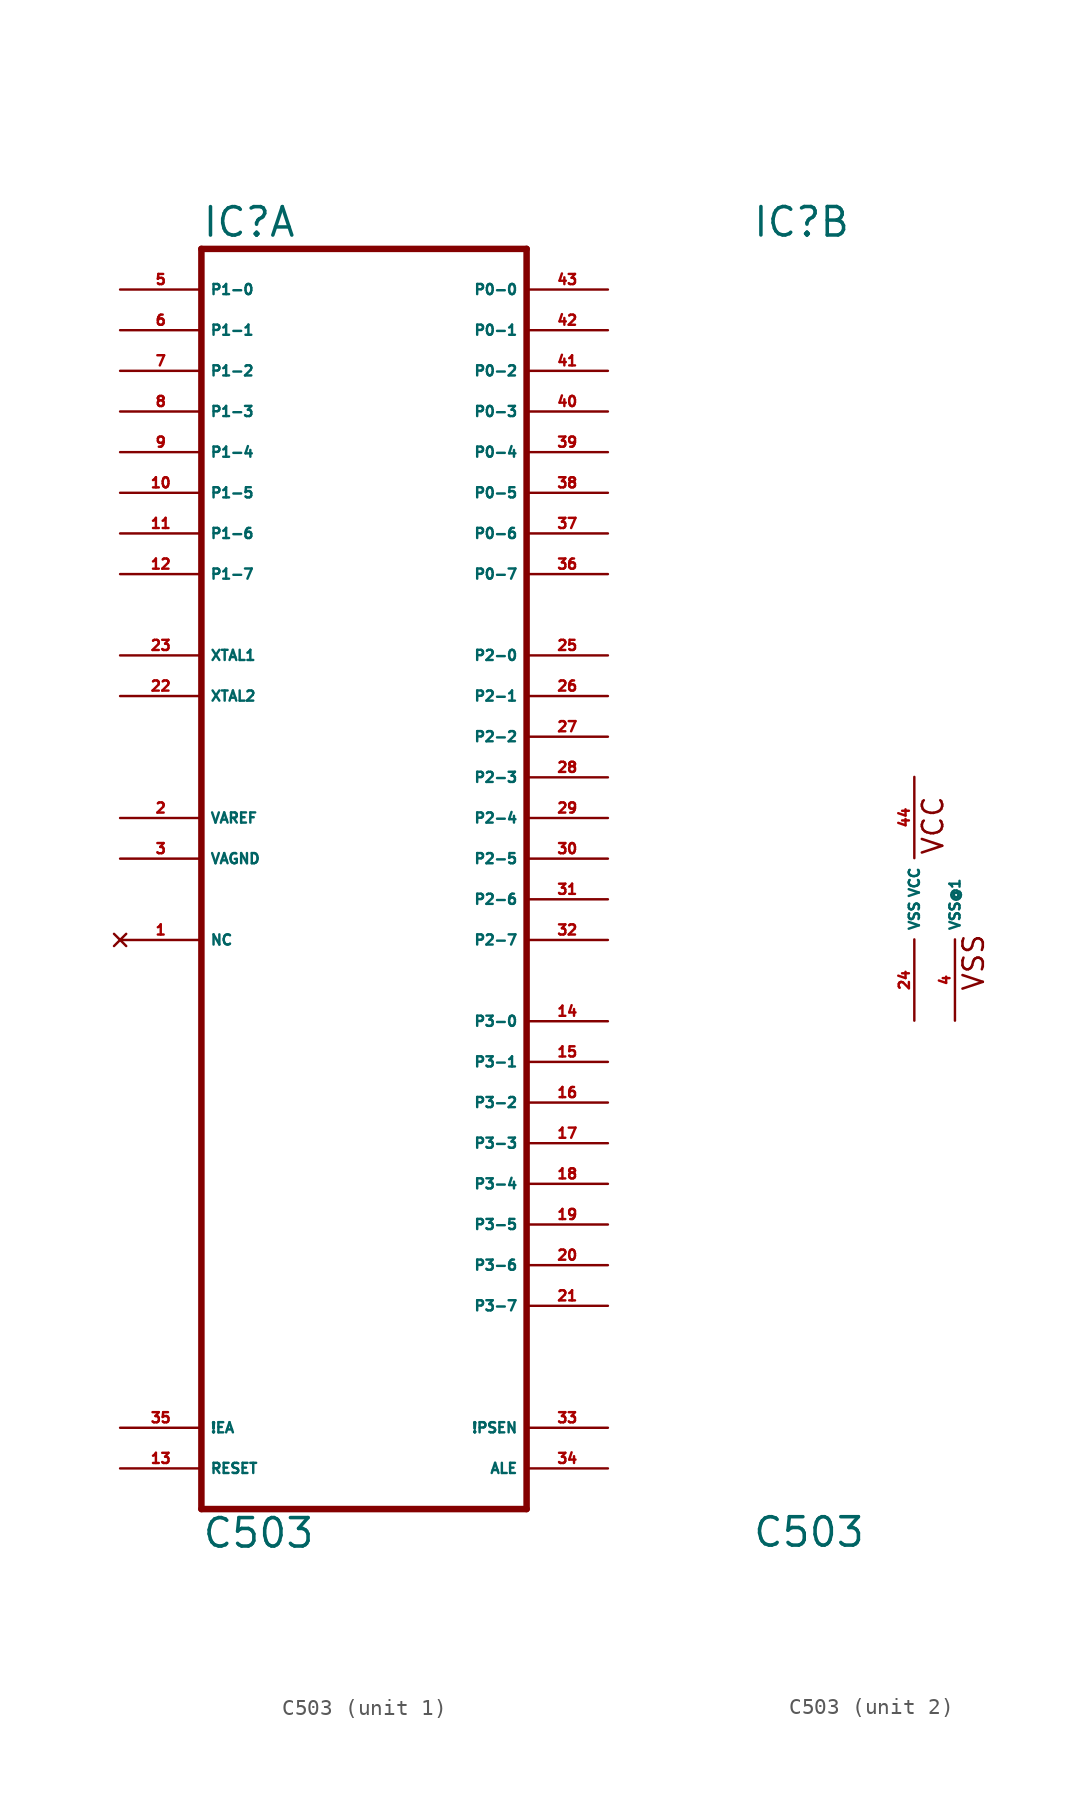
<source format=kicad_sym>
(kicad_symbol_lib
  (version 20220914)
  (generator Eagle2Kicad)
  (symbol "C503"
    (property "Reference" "IC"
      (at -10.16 41.275 0)
      (effects (font (size 1.778 1.778) (thickness 0.22)) (justify left bottom)))
    (property "Value" "C503"
      (at -10.16 -40.64 0)
      (effects (font (size 1.778 1.778) (thickness 0.22)) (justify left bottom)))
    (symbol "C503_1_0"
      (polyline (pts (xy 10.16 40.64) (xy -10.16 40.64)) (stroke (width 0.406) (type default)) (fill (type none)))
      (polyline (pts (xy -10.16 40.64) (xy -10.16 -38.1)) (stroke (width 0.406) (type default)) (fill (type none)))
      (polyline (pts (xy -10.16 -38.1) (xy 10.16 -38.1)) (stroke (width 0.406) (type default)) (fill (type none)))
      (polyline (pts (xy 10.16 -38.1) (xy 10.16 40.64)) (stroke (width 0.406) (type default)) (fill (type none)))
      (pin input line (at -15.24 38.1 0) (length 5.08) (name "P1-0" (effects (font (size 0.635 0.635) (thickness 0.08)) (justify left bottom))) (number "5" (effects (font (size 0.635 0.635) (thickness 0.08)) (justify left bottom))))
      (pin input line (at -15.24 35.56 0) (length 5.08) (name "P1-1" (effects (font (size 0.635 0.635) (thickness 0.08)) (justify left bottom))) (number "6" (effects (font (size 0.635 0.635) (thickness 0.08)) (justify left bottom))))
      (pin input line (at -15.24 33.02 0) (length 5.08) (name "P1-2" (effects (font (size 0.635 0.635) (thickness 0.08)) (justify left bottom))) (number "7" (effects (font (size 0.635 0.635) (thickness 0.08)) (justify left bottom))))
      (pin input line (at -15.24 30.48 0) (length 5.08) (name "P1-3" (effects (font (size 0.635 0.635) (thickness 0.08)) (justify left bottom))) (number "8" (effects (font (size 0.635 0.635) (thickness 0.08)) (justify left bottom))))
      (pin input line (at -15.24 27.94 0) (length 5.08) (name "P1-4" (effects (font (size 0.635 0.635) (thickness 0.08)) (justify left bottom))) (number "9" (effects (font (size 0.635 0.635) (thickness 0.08)) (justify left bottom))))
      (pin input line (at -15.24 25.4 0) (length 5.08) (name "P1-5" (effects (font (size 0.635 0.635) (thickness 0.08)) (justify left bottom))) (number "10" (effects (font (size 0.635 0.635) (thickness 0.08)) (justify left bottom))))
      (pin input line (at -15.24 22.86 0) (length 5.08) (name "P1-6" (effects (font (size 0.635 0.635) (thickness 0.08)) (justify left bottom))) (number "11" (effects (font (size 0.635 0.635) (thickness 0.08)) (justify left bottom))))
      (pin input line (at -15.24 20.32 0) (length 5.08) (name "P1-7" (effects (font (size 0.635 0.635) (thickness 0.08)) (justify left bottom))) (number "12" (effects (font (size 0.635 0.635) (thickness 0.08)) (justify left bottom))))
      (pin bidirectional line (at 15.24 15.24 180) (length 5.08) (name "P2-0" (effects (font (size 0.635 0.635) (thickness 0.08)) (justify left bottom))) (number "25" (effects (font (size 0.635 0.635) (thickness 0.08)) (justify left bottom))))
      (pin bidirectional line (at 15.24 12.7 180) (length 5.08) (name "P2-1" (effects (font (size 0.635 0.635) (thickness 0.08)) (justify left bottom))) (number "26" (effects (font (size 0.635 0.635) (thickness 0.08)) (justify left bottom))))
      (pin bidirectional line (at 15.24 10.16 180) (length 5.08) (name "P2-2" (effects (font (size 0.635 0.635) (thickness 0.08)) (justify left bottom))) (number "27" (effects (font (size 0.635 0.635) (thickness 0.08)) (justify left bottom))))
      (pin bidirectional line (at 15.24 7.62 180) (length 5.08) (name "P2-3" (effects (font (size 0.635 0.635) (thickness 0.08)) (justify left bottom))) (number "28" (effects (font (size 0.635 0.635) (thickness 0.08)) (justify left bottom))))
      (pin bidirectional line (at 15.24 5.08 180) (length 5.08) (name "P2-4" (effects (font (size 0.635 0.635) (thickness 0.08)) (justify left bottom))) (number "29" (effects (font (size 0.635 0.635) (thickness 0.08)) (justify left bottom))))
      (pin bidirectional line (at 15.24 2.54 180) (length 5.08) (name "P2-5" (effects (font (size 0.635 0.635) (thickness 0.08)) (justify left bottom))) (number "30" (effects (font (size 0.635 0.635) (thickness 0.08)) (justify left bottom))))
      (pin bidirectional line (at 15.24 0 180) (length 5.08) (name "P2-6" (effects (font (size 0.635 0.635) (thickness 0.08)) (justify left bottom))) (number "31" (effects (font (size 0.635 0.635) (thickness 0.08)) (justify left bottom))))
      (pin bidirectional line (at 15.24 -2.54 180) (length 5.08) (name "P2-7" (effects (font (size 0.635 0.635) (thickness 0.08)) (justify left bottom))) (number "32" (effects (font (size 0.635 0.635) (thickness 0.08)) (justify left bottom))))
      (pin bidirectional line (at 15.24 -7.62 180) (length 5.08) (name "P3-0" (effects (font (size 0.635 0.635) (thickness 0.08)) (justify left bottom))) (number "14" (effects (font (size 0.635 0.635) (thickness 0.08)) (justify left bottom))))
      (pin bidirectional line (at 15.24 -10.16 180) (length 5.08) (name "P3-1" (effects (font (size 0.635 0.635) (thickness 0.08)) (justify left bottom))) (number "15" (effects (font (size 0.635 0.635) (thickness 0.08)) (justify left bottom))))
      (pin bidirectional line (at 15.24 -15.24 180) (length 5.08) (name "P3-3" (effects (font (size 0.635 0.635) (thickness 0.08)) (justify left bottom))) (number "17" (effects (font (size 0.635 0.635) (thickness 0.08)) (justify left bottom))))
      (pin bidirectional line (at 15.24 -12.7 180) (length 5.08) (name "P3-2" (effects (font (size 0.635 0.635) (thickness 0.08)) (justify left bottom))) (number "16" (effects (font (size 0.635 0.635) (thickness 0.08)) (justify left bottom))))
      (pin bidirectional line (at 15.24 -17.78 180) (length 5.08) (name "P3-4" (effects (font (size 0.635 0.635) (thickness 0.08)) (justify left bottom))) (number "18" (effects (font (size 0.635 0.635) (thickness 0.08)) (justify left bottom))))
      (pin bidirectional line (at 15.24 -20.32 180) (length 5.08) (name "P3-5" (effects (font (size 0.635 0.635) (thickness 0.08)) (justify left bottom))) (number "19" (effects (font (size 0.635 0.635) (thickness 0.08)) (justify left bottom))))
      (pin bidirectional line (at 15.24 -22.86 180) (length 5.08) (name "P3-6" (effects (font (size 0.635 0.635) (thickness 0.08)) (justify left bottom))) (number "20" (effects (font (size 0.635 0.635) (thickness 0.08)) (justify left bottom))))
      (pin bidirectional line (at 15.24 -25.4 180) (length 5.08) (name "P3-7" (effects (font (size 0.635 0.635) (thickness 0.08)) (justify left bottom))) (number "21" (effects (font (size 0.635 0.635) (thickness 0.08)) (justify left bottom))))
      (pin passive line (at -15.24 15.24 0) (length 5.08) (name "XTAL1" (effects (font (size 0.635 0.635) (thickness 0.08)) (justify left bottom))) (number "23" (effects (font (size 0.635 0.635) (thickness 0.08)) (justify left bottom))))
      (pin passive line (at -15.24 12.7 0) (length 5.08) (name "XTAL2" (effects (font (size 0.635 0.635) (thickness 0.08)) (justify left bottom))) (number "22" (effects (font (size 0.635 0.635) (thickness 0.08)) (justify left bottom))))
      (pin output line (at 15.24 -33.02 180) (length 5.08) (name "!PSEN" (effects (font (size 0.635 0.635) (thickness 0.08)) (justify left bottom))) (number "33" (effects (font (size 0.635 0.635) (thickness 0.08)) (justify left bottom))))
      (pin output line (at 15.24 -35.56 180) (length 5.08) (name "ALE" (effects (font (size 0.635 0.635) (thickness 0.08)) (justify left bottom))) (number "34" (effects (font (size 0.635 0.635) (thickness 0.08)) (justify left bottom))))
      (pin input line (at -15.24 -33.02 0) (length 5.08) (name "!EA" (effects (font (size 0.635 0.635) (thickness 0.08)) (justify left bottom))) (number "35" (effects (font (size 0.635 0.635) (thickness 0.08)) (justify left bottom))))
      (pin input line (at -15.24 -35.56 0) (length 5.08) (name "RESET" (effects (font (size 0.635 0.635) (thickness 0.08)) (justify left bottom))) (number "13" (effects (font (size 0.635 0.635) (thickness 0.08)) (justify left bottom))))
      (pin no_connect line (at -15.24 -2.54 0) (length 5.08) (name "NC" (effects (font (size 0.635 0.635) (thickness 0.08)) (justify left bottom) hide)) (number "1" (effects (font (size 0.635 0.635) (thickness 0.08)) (justify left bottom) hide)))
      (pin passive line (at -15.24 5.08 0) (length 5.08) (name "VAREF" (effects (font (size 0.635 0.635) (thickness 0.08)) (justify left bottom))) (number "2" (effects (font (size 0.635 0.635) (thickness 0.08)) (justify left bottom))))
      (pin passive line (at -15.24 2.54 0) (length 5.08) (name "VAGND" (effects (font (size 0.635 0.635) (thickness 0.08)) (justify left bottom))) (number "3" (effects (font (size 0.635 0.635) (thickness 0.08)) (justify left bottom))))
      (pin bidirectional line (at 15.24 38.1 180) (length 5.08) (name "P0-0" (effects (font (size 0.635 0.635) (thickness 0.08)) (justify left bottom))) (number "43" (effects (font (size 0.635 0.635) (thickness 0.08)) (justify left bottom))))
      (pin bidirectional line (at 15.24 35.56 180) (length 5.08) (name "P0-1" (effects (font (size 0.635 0.635) (thickness 0.08)) (justify left bottom))) (number "42" (effects (font (size 0.635 0.635) (thickness 0.08)) (justify left bottom))))
      (pin bidirectional line (at 15.24 33.02 180) (length 5.08) (name "P0-2" (effects (font (size 0.635 0.635) (thickness 0.08)) (justify left bottom))) (number "41" (effects (font (size 0.635 0.635) (thickness 0.08)) (justify left bottom))))
      (pin bidirectional line (at 15.24 30.48 180) (length 5.08) (name "P0-3" (effects (font (size 0.635 0.635) (thickness 0.08)) (justify left bottom))) (number "40" (effects (font (size 0.635 0.635) (thickness 0.08)) (justify left bottom))))
      (pin bidirectional line (at 15.24 27.94 180) (length 5.08) (name "P0-4" (effects (font (size 0.635 0.635) (thickness 0.08)) (justify left bottom))) (number "39" (effects (font (size 0.635 0.635) (thickness 0.08)) (justify left bottom))))
      (pin bidirectional line (at 15.24 25.4 180) (length 5.08) (name "P0-5" (effects (font (size 0.635 0.635) (thickness 0.08)) (justify left bottom))) (number "38" (effects (font (size 0.635 0.635) (thickness 0.08)) (justify left bottom))))
      (pin bidirectional line (at 15.24 22.86 180) (length 5.08) (name "P0-6" (effects (font (size 0.635 0.635) (thickness 0.08)) (justify left bottom))) (number "37" (effects (font (size 0.635 0.635) (thickness 0.08)) (justify left bottom))))
      (pin bidirectional line (at 15.24 20.32 180) (length 5.08) (name "P0-7" (effects (font (size 0.635 0.635) (thickness 0.08)) (justify left bottom))) (number "36" (effects (font (size 0.635 0.635) (thickness 0.08)) (justify left bottom)))))
    (symbol "C503_2_0"
      (text "VCC" (at 1.905 2.667 900) (effects (font (size 1.27 1.27) (thickness 0.16)) (justify left bottom)))
      (text "VSS" (at 4.445 -5.842 900) (effects (font (size 1.27 1.27) (thickness 0.16)) (justify left bottom)))
      (pin unspecified line (at 0 7.62 270) (length 5.08) (name "VCC" (effects (font (size 0.635 0.635) (thickness 0.08)) (justify left bottom))) (number "44" (effects (font (size 0.635 0.635) (thickness 0.08)) (justify left bottom))))
      (pin unspecified line (at 2.54 -7.62 90) (length 5.08) (name "VSS@1" (effects (font (size 0.635 0.635) (thickness 0.08)) (justify left bottom))) (number "4" (effects (font (size 0.635 0.635) (thickness 0.08)) (justify left bottom))))
      (pin unspecified line (at 0 -7.62 90) (length 5.08) (name "VSS" (effects (font (size 0.635 0.635) (thickness 0.08)) (justify left bottom))) (number "24" (effects (font (size 0.635 0.635) (thickness 0.08)) (justify left bottom)))))))
</source>
